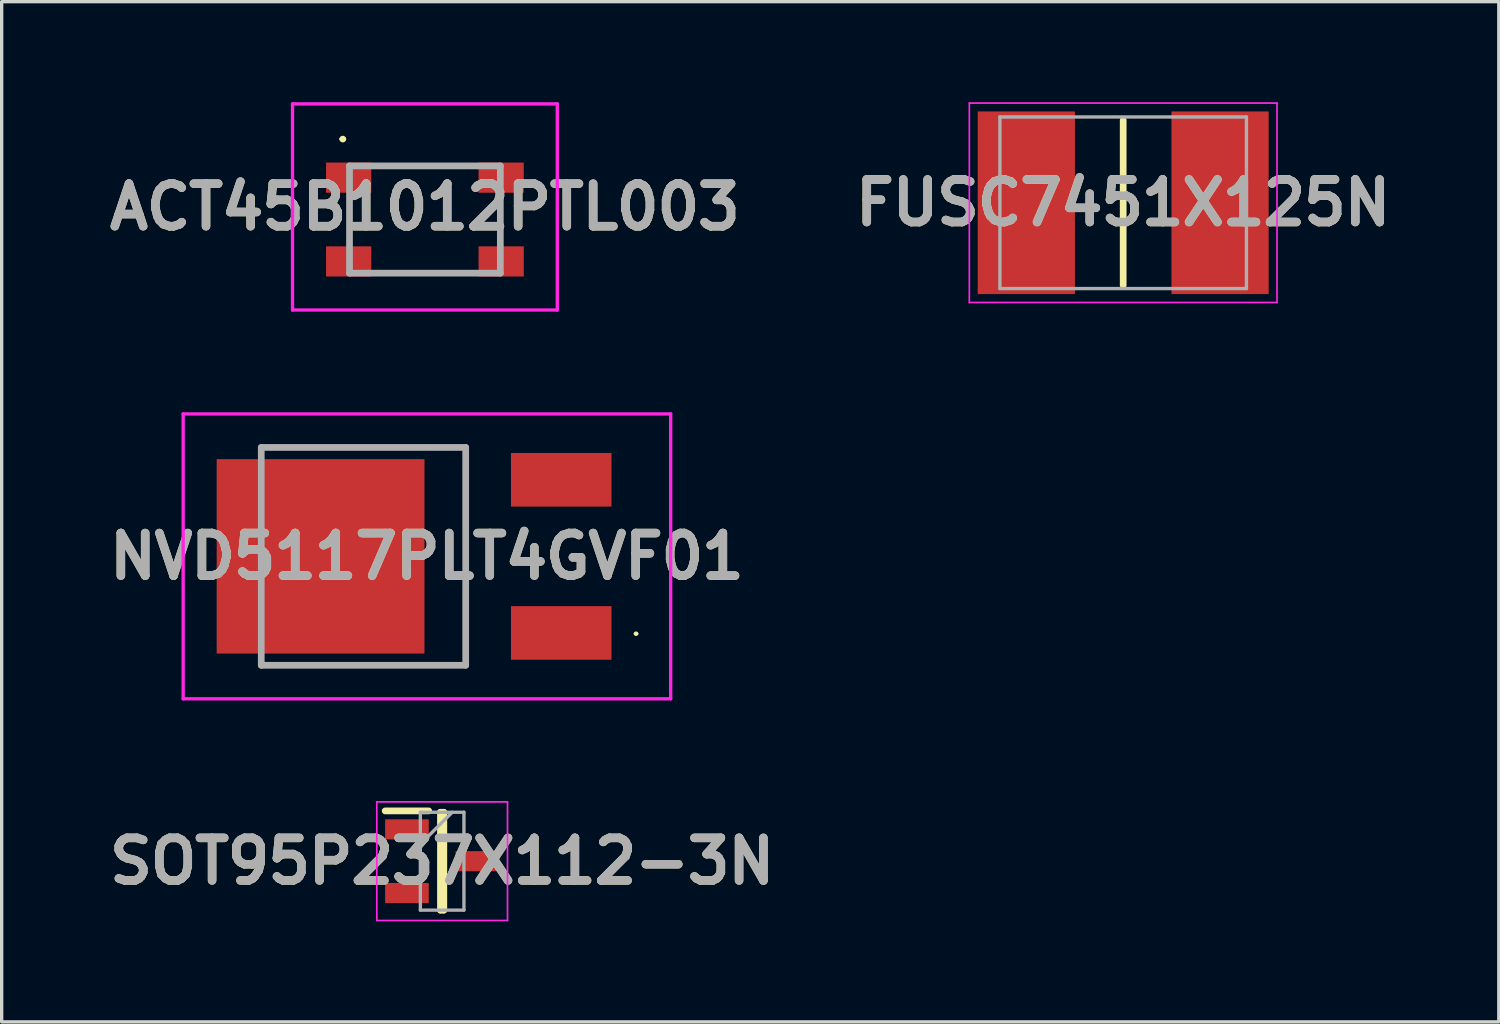
<source format=kicad_pcb>
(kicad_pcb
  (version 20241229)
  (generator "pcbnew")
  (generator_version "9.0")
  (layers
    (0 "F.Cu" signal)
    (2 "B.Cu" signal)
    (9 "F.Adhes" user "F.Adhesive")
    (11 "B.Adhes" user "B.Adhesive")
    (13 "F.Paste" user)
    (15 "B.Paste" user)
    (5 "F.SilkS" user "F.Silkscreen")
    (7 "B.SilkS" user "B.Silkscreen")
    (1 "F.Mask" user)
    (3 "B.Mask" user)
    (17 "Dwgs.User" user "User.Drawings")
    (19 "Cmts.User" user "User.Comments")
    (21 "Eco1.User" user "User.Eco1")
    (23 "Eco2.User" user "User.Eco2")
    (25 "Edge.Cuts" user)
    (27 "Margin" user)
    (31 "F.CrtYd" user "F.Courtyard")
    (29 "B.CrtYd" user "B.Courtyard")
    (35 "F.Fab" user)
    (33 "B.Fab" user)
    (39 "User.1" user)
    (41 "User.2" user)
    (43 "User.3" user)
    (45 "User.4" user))
  (footprint "SOT95P237X112-3N"
    (layer "F.Cu")
    (at 10.142 22.645)
    (property "Reference" "SOT95P237X112-3N" (at 0 0 0) (layer "F.SilkS") (effects (font (size 1.27 1.27) (thickness 0.254))))
    (attr smd)
    (fp_line (start -1.7 -1.5) (end -0.4 -1.5) (stroke (width 0.2) (type solid)) (layer "F.SilkS"))
    (fp_line (start -0.05 -1.46) (end 0.05 -1.46) (stroke (width 0.2) (type solid)) (layer "F.SilkS"))
    (fp_line (start -0.05 1.46) (end -0.05 -1.46) (stroke (width 0.2) (type solid)) (layer "F.SilkS"))
    (fp_line (start 0.05 -1.46) (end 0.05 1.46) (stroke (width 0.2) (type solid)) (layer "F.SilkS"))
    (fp_line (start 0.05 1.46) (end -0.05 1.46) (stroke (width 0.2) (type solid)) (layer "F.SilkS"))
    (fp_line (start -1.95 -1.77) (end 1.95 -1.77) (stroke (width 0.05) (type solid)) (layer "F.CrtYd"))
    (fp_line (start -1.95 1.77) (end -1.95 -1.77) (stroke (width 0.05) (type solid)) (layer "F.CrtYd"))
    (fp_line (start 1.95 -1.77) (end 1.95 1.77) (stroke (width 0.05) (type solid)) (layer "F.CrtYd"))
    (fp_line (start 1.95 1.77) (end -1.95 1.77) (stroke (width 0.05) (type solid)) (layer "F.CrtYd"))
    (fp_line (start -0.65 -1.46) (end 0.65 -1.46) (stroke (width 0.1) (type solid)) (layer "F.Fab"))
    (fp_line (start -0.65 -0.51) (end 0.3 -1.46) (stroke (width 0.1) (type solid)) (layer "F.Fab"))
    (fp_line (start -0.65 1.46) (end -0.65 -1.46) (stroke (width 0.1) (type solid)) (layer "F.Fab"))
    (fp_line (start 0.65 -1.46) (end 0.65 1.46) (stroke (width 0.1) (type solid)) (layer "F.Fab"))
    (fp_line (start 0.65 1.46) (end -0.65 1.46) (stroke (width 0.1) (type solid)) (layer "F.Fab"))
    (fp_text user "${REFERENCE}" (at 0 0 0) (layer "F.Fab") (effects (font (size 1.27 1.27) (thickness 0.254))))
    (pad "1" smd rect (at -1.05 -0.95 90) (size 0.6 1.3) (layers "F.Cu" "F.Mask" "F.Paste"))
    (pad "2" smd rect (at -1.05 0.95 90) (size 0.6 1.3) (layers "F.Cu" "F.Mask" "F.Paste"))
    (pad "3" smd rect (at 1.05 0 90) (size 0.6 1.3) (layers "F.Cu" "F.Mask" "F.Paste")))
  (footprint "FUSC7451X125N"
    (layer "F.Cu")
    (at 30.462 3)
    (property "Reference" "FUSC7451X125N" (at 0 0 0) (layer "F.SilkS") (effects (font (size 1.27 1.27) (thickness 0.254))))
    (attr smd)
    (fp_line (start 0 -2.46) (end 0 2.46) (stroke (width 0.2) (type solid)) (layer "F.SilkS"))
    (fp_line (start -4.59 -2.975) (end 4.59 -2.975) (stroke (width 0.05) (type solid)) (layer "F.CrtYd"))
    (fp_line (start -4.59 2.975) (end -4.59 -2.975) (stroke (width 0.05) (type solid)) (layer "F.CrtYd"))
    (fp_line (start 4.59 -2.975) (end 4.59 2.975) (stroke (width 0.05) (type solid)) (layer "F.CrtYd"))
    (fp_line (start 4.59 2.975) (end -4.59 2.975) (stroke (width 0.05) (type solid)) (layer "F.CrtYd"))
    (fp_line (start -3.678 -2.56) (end 3.678 -2.56) (stroke (width 0.1) (type solid)) (layer "F.Fab"))
    (fp_line (start -3.678 2.56) (end -3.678 -2.56) (stroke (width 0.1) (type solid)) (layer "F.Fab"))
    (fp_line (start 3.678 -2.56) (end 3.678 2.56) (stroke (width 0.1) (type solid)) (layer "F.Fab"))
    (fp_line (start 3.678 2.56) (end -3.678 2.56) (stroke (width 0.1) (type solid)) (layer "F.Fab"))
    (fp_text user "${REFERENCE}" (at 0 0 0) (layer "F.Fab") (effects (font (size 1.27 1.27) (thickness 0.254))))
    (pad "1" smd rect (at -2.89 0) (size 2.9 5.45) (layers "F.Cu" "F.Mask" "F.Paste"))
    (pad "2" smd rect (at 2.89 0) (size 2.9 5.45) (layers "F.Cu" "F.Mask" "F.Paste")))
  (footprint "NVD5117PLT4GVF01"
    (layer "F.Cu")
    (at 4.745 13.55)
    (property "Reference" "NVD5117PLT4GVF01" (at 4.943 0 0) (layer "F.SilkS") (effects (font (size 1.27 1.27) (thickness 0.254))))
    (attr smd)
    (fp_line (start 0 3.25) (end 6.1 3.25) (stroke (width 0.1) (type solid)) (layer "F.SilkS"))
    (fp_line (start 6.1 -3.25) (end 0 -3.25) (stroke (width 0.1) (type solid)) (layer "F.SilkS"))
    (fp_line (start 6.1 3.25) (end 6.1 -3.25) (stroke (width 0.1) (type solid)) (layer "F.SilkS"))
    (fp_line (start 11.148 2.308) (end 11.148 2.308) (stroke (width 0.068) (type solid)) (layer "F.SilkS"))
    (fp_line (start 11.216 2.308) (end 11.216 2.308) (stroke (width 0.068) (type solid)) (layer "F.SilkS"))
    (fp_arc (start 11.148 2.308) (mid 11.182 2.274) (end 11.216 2.308) (stroke (width 0.068) (type solid)) (layer "F.SilkS"))
    (fp_arc (start 11.216 2.308) (mid 11.182 2.342) (end 11.148 2.308) (stroke (width 0.068) (type solid)) (layer "F.SilkS"))
    (fp_line (start -2.33 -4.25) (end 12.216 -4.25) (stroke (width 0.1) (type solid)) (layer "F.CrtYd"))
    (fp_line (start -2.33 4.25) (end -2.33 -4.25) (stroke (width 0.1) (type solid)) (layer "F.CrtYd"))
    (fp_line (start 12.216 -4.25) (end 12.216 4.25) (stroke (width 0.1) (type solid)) (layer "F.CrtYd"))
    (fp_line (start 12.216 4.25) (end -2.33 4.25) (stroke (width 0.1) (type solid)) (layer "F.CrtYd"))
    (fp_line (start 0 -3.25) (end 6.1 -3.25) (stroke (width 0.2) (type solid)) (layer "F.Fab"))
    (fp_line (start 0 3.25) (end 0 -3.25) (stroke (width 0.2) (type solid)) (layer "F.Fab"))
    (fp_line (start 6.1 -3.25) (end 6.1 3.25) (stroke (width 0.2) (type solid)) (layer "F.Fab"))
    (fp_line (start 6.1 3.25) (end 0 3.25) (stroke (width 0.2) (type solid)) (layer "F.Fab"))
    (fp_text user "${REFERENCE}" (at 4.943 0 0) (layer "F.Fab") (effects (font (size 1.27 1.27) (thickness 0.254))))
    (pad "1" smd rect (at 8.95 2.285 90) (size 1.6 3) (layers "F.Cu" "F.Mask" "F.Paste"))
    (pad "2" smd rect (at 1.77 0 90) (size 5.8 6.2) (layers "F.Cu" "F.Mask" "F.Paste"))
    (pad "3" smd rect (at 8.95 -2.285 90) (size 1.6 3) (layers "F.Cu" "F.Mask" "F.Paste")))
  (footprint "ACT45B1012PTL003"
    (layer "F.Cu")
    (at 9.628 3.5)
    (property "Reference" "ACT45B1012PTL003" (at 0 -0.375 0) (layer "F.SilkS") (effects (font (size 1.27 1.27) (thickness 0.254))))
    (attr smd)
    (fp_line (start -2.5 -2.4) (end -2.5 -2.4) (stroke (width 0.1) (type solid)) (layer "F.SilkS"))
    (fp_line (start -2.4 -2.4) (end -2.4 -2.4) (stroke (width 0.1) (type solid)) (layer "F.SilkS"))
    (fp_line (start -2.25 -0.4) (end -2.25 0.4) (stroke (width 0.1) (type solid)) (layer "F.SilkS"))
    (fp_line (start -1.2 -1.6) (end 1.2 -1.6) (stroke (width 0.1) (type solid)) (layer "F.SilkS"))
    (fp_line (start -1.2 1.6) (end 1.2 1.6) (stroke (width 0.1) (type solid)) (layer "F.SilkS"))
    (fp_line (start 2.25 -0.4) (end 2.275 0.4) (stroke (width 0.1) (type solid)) (layer "F.SilkS"))
    (fp_arc (start -2.5 -2.4) (mid -2.45 -2.45) (end -2.4 -2.4) (stroke (width 0.1) (type solid)) (layer "F.SilkS"))
    (fp_arc (start -2.4 -2.4) (mid -2.45 -2.35) (end -2.5 -2.4) (stroke (width 0.1) (type solid)) (layer "F.SilkS"))
    (fp_line (start -3.95 -3.45) (end 3.95 -3.45) (stroke (width 0.1) (type solid)) (layer "F.CrtYd"))
    (fp_line (start -3.95 2.7) (end -3.95 -3.45) (stroke (width 0.1) (type solid)) (layer "F.CrtYd"))
    (fp_line (start 3.95 -3.45) (end 3.95 2.7) (stroke (width 0.1) (type solid)) (layer "F.CrtYd"))
    (fp_line (start 3.95 2.7) (end -3.95 2.7) (stroke (width 0.1) (type solid)) (layer "F.CrtYd"))
    (fp_line (start -2.25 -1.6) (end 2.25 -1.6) (stroke (width 0.2) (type solid)) (layer "F.Fab"))
    (fp_line (start -2.25 1.6) (end -2.25 -1.6) (stroke (width 0.2) (type solid)) (layer "F.Fab"))
    (fp_line (start 2.25 -1.6) (end 2.25 1.6) (stroke (width 0.2) (type solid)) (layer "F.Fab"))
    (fp_line (start 2.25 1.6) (end -2.25 1.6) (stroke (width 0.2) (type solid)) (layer "F.Fab"))
    (fp_text user "${REFERENCE}" (at 0 -0.375 0) (layer "F.Fab") (effects (font (size 1.27 1.27) (thickness 0.254))))
    (pad "1" smd rect (at -2.275 -1.25 90) (size 0.9 1.35) (layers "F.Cu" "F.Mask" "F.Paste"))
    (pad "2" smd rect (at -2.275 1.25 90) (size 0.9 1.35) (layers "F.Cu" "F.Mask" "F.Paste"))
    (pad "3" smd rect (at 2.275 1.25 90) (size 0.9 1.35) (layers "F.Cu" "F.Mask" "F.Paste"))
    (pad "4" smd rect (at 2.275 -1.25 90) (size 0.9 1.35) (layers "F.Cu" "F.Mask" "F.Paste")))
  (gr_rect
    (start -3 -3)
    (end 41.669 27.44)
    (stroke (width 0.1) (type default))
    (fill no)
    (layer "Edge.Cuts")))
</source>
